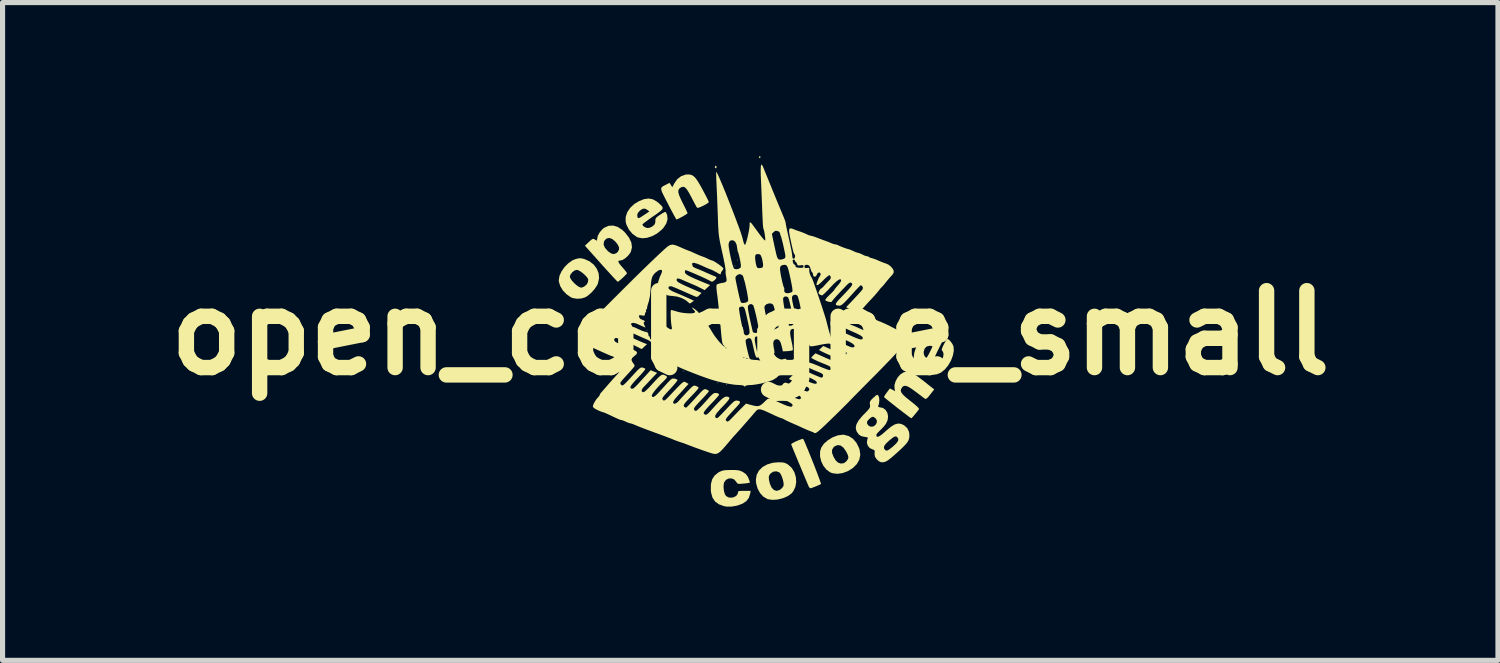
<source format=kicad_pcb>
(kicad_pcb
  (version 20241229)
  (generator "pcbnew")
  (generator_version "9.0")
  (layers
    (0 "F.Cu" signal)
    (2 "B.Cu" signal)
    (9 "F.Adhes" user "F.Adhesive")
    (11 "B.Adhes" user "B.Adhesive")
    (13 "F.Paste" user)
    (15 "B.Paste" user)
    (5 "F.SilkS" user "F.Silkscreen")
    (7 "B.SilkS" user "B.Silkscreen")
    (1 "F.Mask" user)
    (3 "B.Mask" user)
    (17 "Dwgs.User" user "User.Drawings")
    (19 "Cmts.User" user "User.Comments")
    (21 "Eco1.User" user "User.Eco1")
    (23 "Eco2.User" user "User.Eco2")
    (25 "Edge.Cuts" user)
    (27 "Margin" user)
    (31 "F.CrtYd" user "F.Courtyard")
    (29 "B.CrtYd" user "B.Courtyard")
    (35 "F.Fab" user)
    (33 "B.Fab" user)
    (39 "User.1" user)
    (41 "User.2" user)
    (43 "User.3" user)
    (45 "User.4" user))
  (footprint "open_cologne_small"
    (layer "F.Cu")
    (at 11.586 3.442)
    (property "Reference" "open_cologne_small" (at 0 0 0) (layer "F.SilkS") (effects (font (size 1.5 1.5) (thickness 0.3))))
    (attr board_only exclude_from_pos_files exclude_from_bom)
    (fp_poly (pts (xy -2.006 -0.038) (xy -2.014 -0.03) (xy -2.022 -0.038) (xy -2.014 -0.046)) (stroke (width 0) (type solid)) (fill yes) (layer "F.SilkS"))
    (fp_poly (pts (xy -1.44 0.678) (xy -1.448 0.686) (xy -1.456 0.678) (xy -1.448 0.67)) (stroke (width 0) (type solid)) (fill yes) (layer "F.SilkS"))
    (fp_poly (pts (xy -1.29 0.744) (xy -1.298 0.753) (xy -1.306 0.744) (xy -1.298 0.736)) (stroke (width 0) (type solid)) (fill yes) (layer "F.SilkS"))
    (fp_poly (pts (xy -0.94 -0.371) (xy -0.949 -0.362) (xy -0.957 -0.371) (xy -0.949 -0.379)) (stroke (width 0) (type solid)) (fill yes) (layer "F.SilkS"))
    (fp_poly (pts (xy -0.624 0.977) (xy -0.632 0.986) (xy -0.641 0.977) (xy -0.632 0.969)) (stroke (width 0) (type solid)) (fill yes) (layer "F.SilkS"))
    (fp_poly (pts (xy -0.458 1.011) (xy -0.466 1.019) (xy -0.474 1.011) (xy -0.466 1.002)) (stroke (width 0) (type solid)) (fill yes) (layer "F.SilkS"))
    (fp_poly (pts (xy -0.391 0.328) (xy -0.399 0.337) (xy -0.408 0.328) (xy -0.399 0.32)) (stroke (width 0) (type solid)) (fill yes) (layer "F.SilkS"))
    (fp_poly (pts (xy -0.291 -1.303) (xy -0.299 -1.295) (xy -0.308 -1.303) (xy -0.299 -1.311)) (stroke (width 0) (type solid)) (fill yes) (layer "F.SilkS"))
    (fp_poly (pts (xy -0.241 -1.419) (xy -0.25 -1.411) (xy -0.258 -1.419) (xy -0.25 -1.428)) (stroke (width 0) (type solid)) (fill yes) (layer "F.SilkS"))
    (fp_poly (pts (xy 0.541 -0.121) (xy 0.533 -0.113) (xy 0.524 -0.121) (xy 0.533 -0.129)) (stroke (width 0) (type solid)) (fill yes) (layer "F.SilkS"))
    (fp_poly (pts (xy -0.659 -3.245) (xy -0.657 -3.234) (xy -0.666 -3.211) (xy -0.674 -3.209) (xy -0.689 -3.222) (xy -0.691 -3.234) (xy -0.682 -3.256) (xy -0.674 -3.259)) (stroke (width 0) (type solid)) (fill yes) (layer "F.SilkS"))
    (fp_poly (pts (xy 0.201 -3.434) (xy 0.2 -3.425) (xy 0.186 -3.409) (xy 0.183 -3.408) (xy 0.17 -3.42) (xy 0.167 -3.425) (xy 0.171 -3.439) (xy 0.183 -3.442)) (stroke (width 0) (type solid)) (fill yes) (layer "F.SilkS"))
    (fp_poly (pts (xy 1.031 2.07) (xy 1.043 2.092) (xy 1.064 2.138) (xy 1.092 2.205) (xy 1.127 2.288) (xy 1.165 2.382) (xy 1.205 2.481) (xy 1.245 2.582) (xy 1.283 2.68) (xy 1.317 2.769) (xy 1.345 2.845) (xy 1.366 2.904) (xy 1.378 2.939) (xy 1.379 2.949) (xy 1.356 2.962) (xy 1.314 2.981) (xy 1.263 3.002) (xy 1.215 3.02) (xy 1.18 3.032) (xy 1.172 3.033) (xy 1.154 3.02) (xy 1.143 3.004) (xy 1.134 2.984) (xy 1.114 2.938) (xy 1.086 2.871) (xy 1.051 2.789) (xy 1.012 2.695) (xy 0.971 2.596) (xy 0.929 2.497) (xy 0.89 2.402) (xy 0.854 2.316) (xy 0.825 2.244) (xy 0.804 2.192) (xy 0.797 2.175) (xy 0.808 2.162) (xy 0.841 2.143) (xy 0.888 2.119) (xy 0.94 2.097) (xy 0.987 2.079) (xy 1.02 2.069)) (stroke (width 0) (type solid)) (fill yes) (layer "F.SilkS"))
    (fp_poly (pts (xy 1.827 1.989) (xy 1.92 2.014) (xy 2.003 2.067) (xy 2.071 2.146) (xy 2.121 2.246) (xy 2.132 2.278) (xy 2.146 2.379) (xy 2.127 2.474) (xy 2.078 2.561) (xy 2 2.639) (xy 1.903 2.699) (xy 1.8 2.737) (xy 1.698 2.751) (xy 1.604 2.739) (xy 1.56 2.723) (xy 1.485 2.669) (xy 1.425 2.593) (xy 1.382 2.503) (xy 1.36 2.407) (xy 1.362 2.313) (xy 1.371 2.283) (xy 1.595 2.283) (xy 1.595 2.343) (xy 1.624 2.419) (xy 1.666 2.489) (xy 1.71 2.531) (xy 1.759 2.549) (xy 1.78 2.55) (xy 1.828 2.542) (xy 1.869 2.511) (xy 1.88 2.499) (xy 1.905 2.463) (xy 1.914 2.43) (xy 1.906 2.391) (xy 1.88 2.335) (xy 1.867 2.311) (xy 1.817 2.24) (xy 1.762 2.199) (xy 1.705 2.19) (xy 1.648 2.213) (xy 1.623 2.235) (xy 1.595 2.283) (xy 1.371 2.283) (xy 1.384 2.24) (xy 1.436 2.164) (xy 1.513 2.096) (xy 1.604 2.04) (xy 1.703 2.002) (xy 1.798 1.988)) (stroke (width 0) (type solid)) (fill yes) (layer "F.SilkS"))
    (fp_poly (pts (xy 0.611 2.527) (xy 0.659 2.534) (xy 0.698 2.548) (xy 0.739 2.572) (xy 0.81 2.637) (xy 0.86 2.72) (xy 0.889 2.814) (xy 0.896 2.912) (xy 0.879 3.007) (xy 0.839 3.091) (xy 0.803 3.135) (xy 0.73 3.187) (xy 0.637 3.227) (xy 0.535 3.252) (xy 0.435 3.259) (xy 0.348 3.247) (xy 0.333 3.242) (xy 0.255 3.197) (xy 0.19 3.126) (xy 0.142 3.037) (xy 0.114 2.936) (xy 0.109 2.868) (xy 0.117 2.818) (xy 0.36 2.818) (xy 0.365 2.873) (xy 0.383 2.946) (xy 0.416 3.02) (xy 0.46 3.066) (xy 0.512 3.083) (xy 0.568 3.068) (xy 0.596 3.049) (xy 0.63 3.016) (xy 0.649 2.983) (xy 0.651 2.943) (xy 0.641 2.886) (xy 0.622 2.823) (xy 0.599 2.768) (xy 0.575 2.73) (xy 0.568 2.724) (xy 0.51 2.702) (xy 0.449 2.709) (xy 0.399 2.741) (xy 0.371 2.777) (xy 0.36 2.818) (xy 0.117 2.818) (xy 0.125 2.771) (xy 0.169 2.687) (xy 0.239 2.618) (xy 0.331 2.567) (xy 0.441 2.535) (xy 0.542 2.526)) (stroke (width 0) (type solid)) (fill yes) (layer "F.SilkS"))
    (fp_poly (pts (xy -3.259 -1.445) (xy -3.239 -1.44) (xy -3.137 -1.395) (xy -3.054 -1.33) (xy -2.994 -1.25) (xy -2.958 -1.159) (xy -2.95 -1.063) (xy -2.971 -0.965) (xy -2.986 -0.931) (xy -3.034 -0.857) (xy -3.099 -0.784) (xy -3.169 -0.724) (xy -3.223 -0.691) (xy -3.298 -0.669) (xy -3.383 -0.664) (xy -3.463 -0.678) (xy -3.499 -0.692) (xy -3.585 -0.752) (xy -3.657 -0.827) (xy -3.708 -0.912) (xy -3.734 -0.998) (xy -3.736 -1.028) (xy -3.725 -1.094) (xy -3.52 -1.094) (xy -3.508 -1.06) (xy -3.477 -1.015) (xy -3.433 -0.967) (xy -3.385 -0.925) (xy -3.362 -0.909) (xy -3.321 -0.886) (xy -3.293 -0.881) (xy -3.26 -0.892) (xy -3.239 -0.903) (xy -3.195 -0.938) (xy -3.168 -0.986) (xy -3.161 -1.034) (xy -3.168 -1.057) (xy -3.201 -1.102) (xy -3.249 -1.149) (xy -3.302 -1.19) (xy -3.352 -1.219) (xy -3.385 -1.228) (xy -3.431 -1.214) (xy -3.475 -1.179) (xy -3.509 -1.134) (xy -3.52 -1.094) (xy -3.725 -1.094) (xy -3.722 -1.112) (xy -3.682 -1.199) (xy -3.623 -1.283) (xy -3.549 -1.357) (xy -3.469 -1.413) (xy -3.409 -1.438) (xy -3.351 -1.452) (xy -3.307 -1.454)) (stroke (width 0) (type solid)) (fill yes) (layer "F.SilkS"))
    (fp_poly (pts (xy 3.106 0.764) (xy 3.155 0.784) (xy 3.214 0.819) (xy 3.289 0.87) (xy 3.381 0.94) (xy 3.475 1.015) (xy 3.588 1.104) (xy 3.511 1.203) (xy 3.468 1.256) (xy 3.434 1.286) (xy 3.415 1.291) (xy 3.395 1.277) (xy 3.354 1.247) (xy 3.299 1.205) (xy 3.235 1.156) (xy 3.234 1.156) (xy 3.149 1.094) (xy 3.085 1.054) (xy 3.036 1.035) (xy 2.999 1.035) (xy 2.971 1.053) (xy 2.963 1.063) (xy 2.941 1.098) (xy 2.935 1.131) (xy 2.947 1.166) (xy 2.979 1.207) (xy 3.034 1.258) (xy 3.113 1.322) (xy 3.132 1.337) (xy 3.211 1.4) (xy 3.263 1.446) (xy 3.289 1.477) (xy 3.291 1.491) (xy 3.248 1.547) (xy 3.205 1.599) (xy 3.17 1.64) (xy 3.146 1.664) (xy 3.14 1.667) (xy 3.124 1.657) (xy 3.086 1.63) (xy 3.031 1.588) (xy 2.961 1.535) (xy 2.882 1.474) (xy 2.871 1.466) (xy 2.792 1.403) (xy 2.722 1.348) (xy 2.665 1.302) (xy 2.626 1.27) (xy 2.609 1.254) (xy 2.609 1.253) (xy 2.616 1.235) (xy 2.638 1.199) (xy 2.664 1.163) (xy 2.723 1.086) (xy 2.775 1.112) (xy 2.826 1.139) (xy 2.815 1.095) (xy 2.812 1.024) (xy 2.834 0.946) (xy 2.874 0.872) (xy 2.928 0.811) (xy 2.984 0.775) (xy 3.024 0.761) (xy 3.063 0.757)) (stroke (width 0) (type solid)) (fill yes) (layer "F.SilkS"))
    (fp_poly (pts (xy -0.296 2.677) (xy -0.241 2.681) (xy -0.199 2.69) (xy -0.16 2.707) (xy -0.142 2.717) (xy -0.086 2.756) (xy -0.049 2.807) (xy -0.035 2.837) (xy -0.018 2.883) (xy -0.009 2.915) (xy -0.009 2.923) (xy -0.028 2.928) (xy -0.071 2.935) (xy -0.129 2.941) (xy -0.133 2.941) (xy -0.194 2.947) (xy -0.231 2.946) (xy -0.252 2.938) (xy -0.267 2.92) (xy -0.277 2.903) (xy -0.317 2.859) (xy -0.369 2.84) (xy -0.425 2.843) (xy -0.474 2.869) (xy -0.508 2.914) (xy -0.517 2.942) (xy -0.522 3.011) (xy -0.514 3.083) (xy -0.497 3.145) (xy -0.473 3.184) (xy -0.427 3.211) (xy -0.372 3.217) (xy -0.318 3.206) (xy -0.272 3.179) (xy -0.245 3.14) (xy -0.241 3.116) (xy -0.238 3.099) (xy -0.225 3.089) (xy -0.194 3.085) (xy -0.139 3.083) (xy -0.117 3.083) (xy 0.008 3.083) (xy -0.002 3.137) (xy -0.028 3.219) (xy -0.075 3.281) (xy -0.148 3.331) (xy -0.158 3.336) (xy -0.255 3.371) (xy -0.361 3.39) (xy -0.463 3.39) (xy -0.512 3.382) (xy -0.613 3.345) (xy -0.688 3.29) (xy -0.738 3.214) (xy -0.765 3.115) (xy -0.77 3.069) (xy -0.768 2.952) (xy -0.744 2.858) (xy -0.695 2.783) (xy -0.621 2.724) (xy -0.602 2.713) (xy -0.56 2.695) (xy -0.516 2.683) (xy -0.457 2.678) (xy -0.375 2.676) (xy -0.374 2.676)) (stroke (width 0) (type solid)) (fill yes) (layer "F.SilkS"))
    (fp_poly (pts (xy -2.586 -2.066) (xy -2.497 -2.007) (xy -2.44 -1.952) (xy -2.365 -1.854) (xy -2.32 -1.76) (xy -2.308 -1.67) (xy -2.328 -1.586) (xy -2.343 -1.557) (xy -2.386 -1.501) (xy -2.439 -1.454) (xy -2.492 -1.421) (xy -2.532 -1.411) (xy -2.564 -1.407) (xy -2.575 -1.391) (xy -2.563 -1.362) (xy -2.528 -1.316) (xy -2.496 -1.279) (xy -2.454 -1.23) (xy -2.422 -1.19) (xy -2.406 -1.166) (xy -2.405 -1.162) (xy -2.417 -1.145) (xy -2.446 -1.114) (xy -2.485 -1.076) (xy -2.526 -1.039) (xy -2.562 -1.01) (xy -2.584 -0.995) (xy -2.586 -0.995) (xy -2.599 -1.007) (xy -2.632 -1.041) (xy -2.681 -1.093) (xy -2.743 -1.161) (xy -2.816 -1.241) (xy -2.896 -1.33) (xy -2.911 -1.347) (xy -3.226 -1.699) (xy -3.204 -1.72) (xy -2.861 -1.72) (xy -2.836 -1.659) (xy -2.778 -1.593) (xy -2.777 -1.592) (xy -2.716 -1.548) (xy -2.662 -1.535) (xy -2.612 -1.554) (xy -2.584 -1.581) (xy -2.56 -1.625) (xy -2.562 -1.673) (xy -2.592 -1.73) (xy -2.636 -1.783) (xy -2.694 -1.831) (xy -2.751 -1.85) (xy -2.802 -1.84) (xy -2.842 -1.801) (xy -2.855 -1.777) (xy -2.861 -1.72) (xy -3.204 -1.72) (xy -3.149 -1.772) (xy -3.106 -1.811) (xy -3.079 -1.83) (xy -3.059 -1.833) (xy -3.037 -1.823) (xy -3.03 -1.818) (xy -3 -1.8) (xy -2.989 -1.804) (xy -2.988 -1.828) (xy -2.974 -1.893) (xy -2.937 -1.961) (xy -2.885 -2.021) (xy -2.852 -2.048) (xy -2.765 -2.087) (xy -2.676 -2.092)) (stroke (width 0) (type solid)) (fill yes) (layer "F.SilkS"))
    (fp_poly (pts (xy -1.147 -3.079) (xy -1.105 -3.055) (xy -1.064 -3.013) (xy -1.02 -2.95) (xy -0.968 -2.862) (xy -0.93 -2.792) (xy -0.888 -2.713) (xy -0.852 -2.644) (xy -0.826 -2.591) (xy -0.811 -2.558) (xy -0.808 -2.551) (xy -0.822 -2.535) (xy -0.858 -2.511) (xy -0.909 -2.483) (xy -0.918 -2.479) (xy -0.978 -2.451) (xy -1.015 -2.438) (xy -1.036 -2.44) (xy -1.043 -2.446) (xy -1.056 -2.469) (xy -1.081 -2.515) (xy -1.114 -2.577) (xy -1.151 -2.648) (xy -1.199 -2.737) (xy -1.238 -2.798) (xy -1.271 -2.834) (xy -1.302 -2.848) (xy -1.334 -2.844) (xy -1.348 -2.838) (xy -1.383 -2.815) (xy -1.401 -2.785) (xy -1.404 -2.744) (xy -1.39 -2.689) (xy -1.358 -2.614) (xy -1.315 -2.525) (xy -1.279 -2.454) (xy -1.25 -2.395) (xy -1.231 -2.352) (xy -1.223 -2.332) (xy -1.223 -2.332) (xy -1.237 -2.32) (xy -1.271 -2.297) (xy -1.317 -2.27) (xy -1.366 -2.244) (xy -1.409 -2.222) (xy -1.436 -2.211) (xy -1.44 -2.21) (xy -1.45 -2.224) (xy -1.472 -2.264) (xy -1.505 -2.324) (xy -1.546 -2.4) (xy -1.592 -2.489) (xy -1.604 -2.512) (xy -1.658 -2.616) (xy -1.698 -2.695) (xy -1.725 -2.752) (xy -1.737 -2.793) (xy -1.737 -2.822) (xy -1.725 -2.843) (xy -1.7 -2.861) (xy -1.663 -2.88) (xy -1.637 -2.893) (xy -1.576 -2.925) (xy -1.548 -2.882) (xy -1.521 -2.84) (xy -1.484 -2.911) (xy -1.426 -2.995) (xy -1.351 -3.054) (xy -1.265 -3.085) (xy -1.245 -3.088) (xy -1.192 -3.089)) (stroke (width 0) (type solid)) (fill yes) (layer "F.SilkS"))
    (fp_poly (pts (xy -1.9 -2.604) (xy -1.82 -2.558) (xy -1.786 -2.53) (xy -1.744 -2.491) (xy -1.718 -2.462) (xy -1.708 -2.436) (xy -1.717 -2.409) (xy -1.748 -2.378) (xy -1.801 -2.337) (xy -1.879 -2.282) (xy -1.898 -2.27) (xy -1.97 -2.219) (xy -2.031 -2.174) (xy -2.077 -2.139) (xy -2.102 -2.117) (xy -2.105 -2.112) (xy -2.091 -2.085) (xy -2.056 -2.06) (xy -2.013 -2.045) (xy -1.996 -2.044) (xy -1.95 -2.054) (xy -1.902 -2.08) (xy -1.899 -2.083) (xy -1.864 -2.119) (xy -1.852 -2.161) (xy -1.852 -2.18) (xy -1.851 -2.214) (xy -1.84 -2.24) (xy -1.812 -2.266) (xy -1.764 -2.3) (xy -1.715 -2.331) (xy -1.676 -2.352) (xy -1.657 -2.36) (xy -1.643 -2.345) (xy -1.626 -2.309) (xy -1.621 -2.294) (xy -1.614 -2.214) (xy -1.639 -2.131) (xy -1.694 -2.047) (xy -1.727 -2.012) (xy -1.816 -1.939) (xy -1.914 -1.885) (xy -2.013 -1.853) (xy -2.108 -1.844) (xy -2.192 -1.86) (xy -2.214 -1.87) (xy -2.299 -1.931) (xy -2.369 -2.015) (xy -2.417 -2.112) (xy -2.431 -2.165) (xy -2.431 -2.257) (xy -2.419 -2.295) (xy -2.205 -2.295) (xy -2.2 -2.25) (xy -2.182 -2.236) (xy -2.148 -2.249) (xy -2.14 -2.254) (xy -2.098 -2.281) (xy -2.047 -2.315) (xy -2.033 -2.324) (xy -1.969 -2.367) (xy -2.006 -2.396) (xy -2.052 -2.422) (xy -2.098 -2.419) (xy -2.15 -2.387) (xy -2.154 -2.383) (xy -2.196 -2.334) (xy -2.205 -2.295) (xy -2.419 -2.295) (xy -2.402 -2.349) (xy -2.345 -2.435) (xy -2.264 -2.512) (xy -2.177 -2.565) (xy -2.074 -2.607) (xy -1.983 -2.62)) (stroke (width 0) (type solid)) (fill yes) (layer "F.SilkS"))
    (fp_poly (pts (xy 3.688 0.042) (xy 3.717 0.053) (xy 3.788 0.086) (xy 3.671 0.319) (xy 3.63 0.404) (xy 3.598 0.475) (xy 3.577 0.528) (xy 3.57 0.557) (xy 3.571 0.562) (xy 3.621 0.575) (xy 3.678 0.566) (xy 3.726 0.536) (xy 3.731 0.53) (xy 3.759 0.481) (xy 3.77 0.427) (xy 3.763 0.378) (xy 3.746 0.354) (xy 3.735 0.339) (xy 3.736 0.317) (xy 3.75 0.28) (xy 3.775 0.227) (xy 3.803 0.175) (xy 3.829 0.136) (xy 3.846 0.12) (xy 3.847 0.12) (xy 3.873 0.133) (xy 3.905 0.166) (xy 3.937 0.209) (xy 3.959 0.251) (xy 3.964 0.264) (xy 3.97 0.349) (xy 3.952 0.444) (xy 3.915 0.542) (xy 3.861 0.635) (xy 3.796 0.714) (xy 3.724 0.773) (xy 3.695 0.788) (xy 3.634 0.811) (xy 3.578 0.817) (xy 3.514 0.805) (xy 3.46 0.789) (xy 3.357 0.74) (xy 3.275 0.675) (xy 3.219 0.597) (xy 3.191 0.511) (xy 3.188 0.477) (xy 3.199 0.39) (xy 3.2 0.387) (xy 3.382 0.387) (xy 3.39 0.431) (xy 3.409 0.468) (xy 3.433 0.486) (xy 3.436 0.486) (xy 3.449 0.473) (xy 3.471 0.436) (xy 3.498 0.385) (xy 3.501 0.38) (xy 3.527 0.326) (xy 3.546 0.285) (xy 3.554 0.264) (xy 3.554 0.263) (xy 3.539 0.257) (xy 3.503 0.254) (xy 3.496 0.253) (xy 3.44 0.268) (xy 3.401 0.309) (xy 3.383 0.369) (xy 3.382 0.387) (xy 3.2 0.387) (xy 3.229 0.297) (xy 3.275 0.207) (xy 3.331 0.128) (xy 3.392 0.069) (xy 3.426 0.048) (xy 3.506 0.026) (xy 3.598 0.024)) (stroke (width 0) (type solid)) (fill yes) (layer "F.SilkS"))
    (fp_poly (pts (xy 2.498 1.226) (xy 2.5 1.229) (xy 2.514 1.268) (xy 2.517 1.325) (xy 2.51 1.385) (xy 2.498 1.423) (xy 2.495 1.446) (xy 2.519 1.452) (xy 2.519 1.452) (xy 2.587 1.466) (xy 2.64 1.505) (xy 2.674 1.561) (xy 2.688 1.63) (xy 2.679 1.704) (xy 2.645 1.777) (xy 2.644 1.778) (xy 2.605 1.828) (xy 2.555 1.881) (xy 2.528 1.907) (xy 2.478 1.957) (xy 2.457 1.993) (xy 2.464 2.02) (xy 2.473 2.027) (xy 2.493 2.028) (xy 2.526 2.012) (xy 2.574 1.977) (xy 2.641 1.919) (xy 2.656 1.905) (xy 2.742 1.834) (xy 2.814 1.789) (xy 2.879 1.77) (xy 2.939 1.776) (xy 2.999 1.803) (xy 3.062 1.86) (xy 3.097 1.934) (xy 3.104 2.001) (xy 3.101 2.048) (xy 3.089 2.091) (xy 3.065 2.135) (xy 3.024 2.184) (xy 2.965 2.244) (xy 2.89 2.314) (xy 2.803 2.392) (xy 2.735 2.449) (xy 2.683 2.489) (xy 2.64 2.513) (xy 2.604 2.524) (xy 2.569 2.526) (xy 2.543 2.522) (xy 2.509 2.505) (xy 2.471 2.472) (xy 2.463 2.463) (xy 2.432 2.416) (xy 2.424 2.368) (xy 2.425 2.348) (xy 2.427 2.306) (xy 2.416 2.286) (xy 2.387 2.275) (xy 2.385 2.275) (xy 2.33 2.248) (xy 2.606 2.248) (xy 2.625 2.28) (xy 2.625 2.281) (xy 2.646 2.296) (xy 2.67 2.297) (xy 2.703 2.281) (xy 2.75 2.245) (xy 2.787 2.215) (xy 2.848 2.157) (xy 2.882 2.11) (xy 2.888 2.071) (xy 2.868 2.038) (xy 2.847 2.023) (xy 2.823 2.022) (xy 2.79 2.038) (xy 2.743 2.075) (xy 2.706 2.105) (xy 2.645 2.163) (xy 2.612 2.21) (xy 2.606 2.248) (xy 2.33 2.248) (xy 2.33 2.248) (xy 2.291 2.2) (xy 2.274 2.141) (xy 2.283 2.08) (xy 2.288 2.069) (xy 2.294 2.05) (xy 2.282 2.039) (xy 2.246 2.032) (xy 2.226 2.03) (xy 2.163 2.015) (xy 2.118 1.985) (xy 2.111 1.977) (xy 2.07 1.915) (xy 2.057 1.852) (xy 2.071 1.785) (xy 2.085 1.76) (xy 2.275 1.76) (xy 2.296 1.8) (xy 2.3 1.804) (xy 2.343 1.831) (xy 2.394 1.829) (xy 2.439 1.801) (xy 2.467 1.755) (xy 2.468 1.706) (xy 2.441 1.665) (xy 2.435 1.661) (xy 2.404 1.641) (xy 2.38 1.639) (xy 2.352 1.655) (xy 2.323 1.678) (xy 2.284 1.721) (xy 2.275 1.76) (xy 2.085 1.76) (xy 2.113 1.709) (xy 2.184 1.624) (xy 2.217 1.59) (xy 2.273 1.533) (xy 2.308 1.494) (xy 2.328 1.465) (xy 2.336 1.44) (xy 2.336 1.413) (xy 2.334 1.4) (xy 2.331 1.363) (xy 2.339 1.334) (xy 2.362 1.304) (xy 2.401 1.267) (xy 2.443 1.229) (xy 2.468 1.212) (xy 2.484 1.212)) (stroke (width 0) (type solid)) (fill yes) (layer "F.SilkS"))
    (fp_poly (pts (xy 0.239 -3.259) (xy 0.25 -3.234) (xy 0.268 -3.19) (xy 0.294 -3.125) (xy 0.325 -3.05) (xy 0.345 -3.001) (xy 0.383 -2.908) (xy 0.425 -2.805) (xy 0.464 -2.708) (xy 0.478 -2.676) (xy 0.523 -2.566) (xy 0.559 -2.479) (xy 0.589 -2.407) (xy 0.616 -2.342) (xy 0.644 -2.275) (xy 0.648 -2.266) (xy 0.67 -2.21) (xy 0.686 -2.164) (xy 0.691 -2.139) (xy 0.694 -2.115) (xy 0.704 -2.064) (xy 0.719 -1.993) (xy 0.738 -1.908) (xy 0.751 -1.85) (xy 0.775 -1.742) (xy 0.792 -1.66) (xy 0.805 -1.597) (xy 0.813 -1.545) (xy 0.819 -1.498) (xy 0.822 -1.465) (xy 0.837 -1.447) (xy 0.849 -1.444) (xy 0.866 -1.458) (xy 0.874 -1.488) (xy 0.871 -1.52) (xy 0.86 -1.534) (xy 0.853 -1.544) (xy 0.844 -1.566) (xy 0.833 -1.605) (xy 0.819 -1.664) (xy 0.8 -1.749) (xy 0.776 -1.862) (xy 0.775 -1.864) (xy 0.76 -1.947) (xy 0.756 -2.002) (xy 0.766 -2.031) (xy 0.791 -2.038) (xy 0.831 -2.027) (xy 0.844 -2.021) (xy 0.894 -2.001) (xy 0.939 -1.985) (xy 0.941 -1.985) (xy 0.994 -1.967) (xy 1.059 -1.941) (xy 1.118 -1.914) (xy 1.128 -1.909) (xy 1.164 -1.896) (xy 1.18 -1.894) (xy 1.207 -1.888) (xy 1.253 -1.873) (xy 1.284 -1.862) (xy 1.347 -1.838) (xy 1.42 -1.81) (xy 1.465 -1.794) (xy 1.522 -1.773) (xy 1.57 -1.753) (xy 1.594 -1.743) (xy 1.631 -1.729) (xy 1.648 -1.727) (xy 1.684 -1.72) (xy 1.702 -1.713) (xy 1.763 -1.685) (xy 1.829 -1.659) (xy 1.888 -1.639) (xy 1.911 -1.633) (xy 1.944 -1.623) (xy 1.991 -1.603) (xy 2.01 -1.594) (xy 2.056 -1.574) (xy 2.092 -1.562) (xy 2.101 -1.561) (xy 2.128 -1.553) (xy 2.17 -1.535) (xy 2.185 -1.528) (xy 2.23 -1.506) (xy 2.268 -1.495) (xy 2.275 -1.494) (xy 2.305 -1.487) (xy 2.312 -1.48) (xy 2.334 -1.467) (xy 2.373 -1.455) (xy 2.374 -1.455) (xy 2.42 -1.441) (xy 2.479 -1.418) (xy 2.512 -1.403) (xy 2.569 -1.379) (xy 2.62 -1.36) (xy 2.643 -1.353) (xy 2.695 -1.33) (xy 2.746 -1.289) (xy 2.785 -1.24) (xy 2.797 -1.21) (xy 2.797 -1.173) (xy 2.775 -1.136) (xy 2.759 -1.119) (xy 2.722 -1.078) (xy 2.677 -1.025) (xy 2.646 -0.987) (xy 2.609 -0.94) (xy 2.577 -0.904) (xy 2.56 -0.887) (xy 2.537 -0.863) (xy 2.507 -0.825) (xy 2.499 -0.815) (xy 2.469 -0.778) (xy 2.424 -0.726) (xy 2.372 -0.669) (xy 2.353 -0.649) (xy 2.277 -0.567) (xy 2.221 -0.505) (xy 2.183 -0.461) (xy 2.16 -0.43) (xy 2.151 -0.409) (xy 2.152 -0.394) (xy 2.156 -0.387) (xy 2.184 -0.367) (xy 2.228 -0.347) (xy 2.236 -0.344) (xy 2.289 -0.325) (xy 2.336 -0.305) (xy 2.339 -0.303) (xy 2.413 -0.268) (xy 2.514 -0.225) (xy 2.568 -0.204) (xy 2.622 -0.18) (xy 2.689 -0.149) (xy 2.743 -0.121) (xy 2.804 -0.09) (xy 2.86 -0.06) (xy 2.896 -0.042) (xy 2.946 -0.016) (xy 3.002 0.011) (xy 3.008 0.014) (xy 3.062 0.054) (xy 3.086 0.108) (xy 3.088 0.123) (xy 3.077 0.14) (xy 3.049 0.173) (xy 3.009 0.215) (xy 3.009 0.216) (xy 2.956 0.272) (xy 2.903 0.332) (xy 2.871 0.37) (xy 2.846 0.4) (xy 2.8 0.449) (xy 2.737 0.516) (xy 2.66 0.595) (xy 2.573 0.685) (xy 2.479 0.781) (xy 2.419 0.842) (xy 2.322 0.939) (xy 2.23 1.032) (xy 2.147 1.116) (xy 2.075 1.189) (xy 2.019 1.246) (xy 1.98 1.286) (xy 1.966 1.3) (xy 1.921 1.347) (xy 1.867 1.402) (xy 1.797 1.471) (xy 1.765 1.503) (xy 1.644 1.622) (xy 1.544 1.719) (xy 1.463 1.797) (xy 1.399 1.857) (xy 1.35 1.901) (xy 1.314 1.931) (xy 1.287 1.949) (xy 1.269 1.957) (xy 1.256 1.956) (xy 1.25 1.953) (xy 1.221 1.937) (xy 1.191 1.926) (xy 1.155 1.913) (xy 1.101 1.89) (xy 1.039 1.863) (xy 1.032 1.86) (xy 0.955 1.824) (xy 0.867 1.785) (xy 0.791 1.752) (xy 0.731 1.725) (xy 0.682 1.701) (xy 0.653 1.685) (xy 0.65 1.683) (xy 0.621 1.669) (xy 0.614 1.668) (xy 0.592 1.661) (xy 0.546 1.643) (xy 0.484 1.616) (xy 0.417 1.584) (xy 0.323 1.541) (xy 0.254 1.511) (xy 0.204 1.495) (xy 0.168 1.492) (xy 0.141 1.5) (xy 0.117 1.519) (xy 0.101 1.538) (xy 0.061 1.584) (xy 0.011 1.643) (xy -0.047 1.71) (xy -0.109 1.78) (xy -0.168 1.848) (xy -0.222 1.909) (xy -0.267 1.958) (xy -0.296 1.991) (xy -0.307 2.001) (xy -0.321 2.017) (xy -0.351 2.052) (xy -0.392 2.099) (xy -0.407 2.118) (xy -0.483 2.207) (xy -0.542 2.274) (xy -0.589 2.32) (xy -0.627 2.348) (xy -0.663 2.362) (xy -0.699 2.363) (xy -0.741 2.354) (xy -0.79 2.339) (xy -0.848 2.32) (xy -0.925 2.293) (xy -1.012 2.262) (xy -1.1 2.23) (xy -1.18 2.2) (xy -1.243 2.176) (xy -1.265 2.167) (xy -1.302 2.153) (xy -1.353 2.137) (xy -1.365 2.133) (xy -1.426 2.112) (xy -1.49 2.088) (xy -1.498 2.084) (xy -1.534 2.069) (xy -1.596 2.045) (xy -1.676 2.015) (xy -1.77 1.98) (xy -1.87 1.944) (xy -1.872 1.943) (xy -1.972 1.906) (xy -2.066 1.871) (xy -2.146 1.84) (xy -2.208 1.815) (xy -2.245 1.799) (xy -2.246 1.799) (xy -2.291 1.78) (xy -2.327 1.769) (xy -2.334 1.768) (xy -2.362 1.761) (xy -2.406 1.744) (xy -2.426 1.735) (xy -2.473 1.714) (xy -2.511 1.702) (xy -2.52 1.701) (xy -2.546 1.694) (xy -2.593 1.674) (xy -2.654 1.646) (xy -2.696 1.626) (xy -2.761 1.595) (xy -2.816 1.57) (xy -2.853 1.555) (xy -2.864 1.552) (xy -2.889 1.545) (xy -2.933 1.528) (xy -2.977 1.509) (xy -3.035 1.478) (xy -3.065 1.452) (xy -3.071 1.434) (xy -3.061 1.397) (xy -3.036 1.348) (xy -3.004 1.298) (xy -2.97 1.259) (xy -2.965 1.254) (xy -2.943 1.228) (xy -2.938 1.214) (xy -2.927 1.189) (xy -2.913 1.17) (xy -2.885 1.139) (xy -2.851 1.1) (xy -2.851 1.1) (xy -2.712 0.94) (xy -2.577 0.791) (xy -2.516 0.726) (xy -2.467 0.674) (xy -2.429 0.631) (xy -2.407 0.603) (xy -2.402 0.595) (xy -2.417 0.584) (xy -2.453 0.564) (xy -2.504 0.539) (xy -2.561 0.512) (xy -2.616 0.488) (xy -2.66 0.47) (xy -2.68 0.463) (xy -2.705 0.454) (xy -2.745 0.438) (xy -2.803 0.413) (xy -2.886 0.376) (xy -2.888 0.375) (xy -2.988 0.33) (xy -3.061 0.296) (xy -3.112 0.271) (xy -3.145 0.255) (xy -3.163 0.243) (xy -3.17 0.236) (xy -3.171 0.232) (xy -3.181 0.226) (xy -3.189 0.23) (xy -3.213 0.229) (xy -3.22 0.221) (xy -3.244 0.205) (xy -3.273 0.197) (xy -3.323 0.185) (xy -3.348 0.158) (xy -3.351 0.14) (xy -2.655 0.14) (xy -2.639 0.171) (xy -2.592 0.198) (xy -2.539 0.22) (xy -2.475 0.248) (xy -2.447 0.261) (xy -2.38 0.29) (xy -2.309 0.32) (xy -2.284 0.33) (xy -2.23 0.358) (xy -2.208 0.386) (xy -2.219 0.417) (xy -2.262 0.454) (xy -2.263 0.455) (xy -2.306 0.492) (xy -2.319 0.526) (xy -2.302 0.567) (xy -2.288 0.586) (xy -2.265 0.62) (xy -2.256 0.645) (xy -2.256 0.645) (xy -2.266 0.663) (xy -2.296 0.699) (xy -2.339 0.749) (xy -2.393 0.808) (xy -2.396 0.811) (xy -2.45 0.87) (xy -2.495 0.921) (xy -2.525 0.959) (xy -2.537 0.979) (xy -2.537 0.98) (xy -2.527 1.005) (xy -2.514 1.019) (xy -2.503 1.026) (xy -2.492 1.026) (xy -2.475 1.018) (xy -2.451 0.998) (xy -2.416 0.964) (xy -2.367 0.912) (xy -2.301 0.84) (xy -2.253 0.788) (xy -2.201 0.732) (xy -2.164 0.698) (xy -2.138 0.68) (xy -2.115 0.676) (xy -2.099 0.679) (xy -2.064 0.691) (xy -2.047 0.703) (xy -2.054 0.72) (xy -2.081 0.754) (xy -2.121 0.8) (xy -2.148 0.83) (xy -2.226 0.912) (xy -2.281 0.973) (xy -2.317 1.018) (xy -2.336 1.049) (xy -2.339 1.07) (xy -2.328 1.084) (xy -2.312 1.092) (xy -2.286 1.088) (xy -2.247 1.057) (xy -2.199 1.009) (xy -2.141 0.945) (xy -2.077 0.875) (xy -2.029 0.823) (xy -1.944 0.73) (xy -1.881 0.756) (xy -1.817 0.781) (xy -1.941 0.911) (xy -1.994 0.968) (xy -2.042 1.019) (xy -2.078 1.057) (xy -2.093 1.072) (xy -2.118 1.111) (xy -2.116 1.143) (xy -2.095 1.159) (xy -2.072 1.155) (xy -2.035 1.127) (xy -1.981 1.074) (xy -1.966 1.058) (xy -1.888 0.972) (xy -1.828 0.909) (xy -1.784 0.864) (xy -1.751 0.836) (xy -1.727 0.821) (xy -1.707 0.816) (xy -1.688 0.819) (xy -1.674 0.824) (xy -1.639 0.842) (xy -1.623 0.86) (xy -1.623 0.861) (xy -1.634 0.882) (xy -1.663 0.916) (xy -1.698 0.951) (xy -1.761 1.014) (xy -1.819 1.077) (xy -1.868 1.136) (xy -1.904 1.185) (xy -1.921 1.218) (xy -1.922 1.223) (xy -1.913 1.251) (xy -1.888 1.252) (xy -1.849 1.227) (xy -1.823 1.203) (xy -1.786 1.164) (xy -1.735 1.109) (xy -1.678 1.047) (xy -1.648 1.013) (xy -1.594 0.955) (xy -1.557 0.918) (xy -1.53 0.898) (xy -1.507 0.891) (xy -1.483 0.893) (xy -1.482 0.893) (xy -1.442 0.905) (xy -1.419 0.917) (xy -1.425 0.933) (xy -1.45 0.968) (xy -1.491 1.017) (xy -1.543 1.075) (xy -1.552 1.085) (xy -1.62 1.158) (xy -1.668 1.211) (xy -1.698 1.248) (xy -1.714 1.273) (xy -1.716 1.291) (xy -1.709 1.305) (xy -1.702 1.313) (xy -1.688 1.322) (xy -1.67 1.318) (xy -1.642 1.297) (xy -1.601 1.256) (xy -1.58 1.234) (xy -1.493 1.142) (xy -1.426 1.072) (xy -1.376 1.021) (xy -1.34 0.986) (xy -1.313 0.966) (xy -1.295 0.956) (xy -1.28 0.956) (xy -1.265 0.962) (xy -1.248 0.972) (xy -1.243 0.975) (xy -1.204 0.997) (xy -1.293 1.094) (xy -1.346 1.153) (xy -1.4 1.212) (xy -1.443 1.259) (xy -1.444 1.26) (xy -1.478 1.302) (xy -1.501 1.34) (xy -1.506 1.356) (xy -1.496 1.381) (xy -1.469 1.383) (xy -1.433 1.365) (xy -1.397 1.331) (xy -1.367 1.296) (xy -1.32 1.245) (xy -1.265 1.186) (xy -1.231 1.149) (xy -1.176 1.092) (xy -1.139 1.056) (xy -1.112 1.036) (xy -1.091 1.03) (xy -1.07 1.034) (xy -1.058 1.038) (xy -1.023 1.055) (xy -1.007 1.072) (xy -1.007 1.073) (xy -1.018 1.091) (xy -1.048 1.127) (xy -1.091 1.175) (xy -1.133 1.219) (xy -1.203 1.292) (xy -1.252 1.345) (xy -1.282 1.382) (xy -1.297 1.409) (xy -1.298 1.428) (xy -1.29 1.443) (xy -1.29 1.443) (xy -1.264 1.459) (xy -1.251 1.459) (xy -1.233 1.445) (xy -1.198 1.41) (xy -1.15 1.359) (xy -1.093 1.298) (xy -1.068 1.27) (xy -1.004 1.2) (xy -0.958 1.151) (xy -0.925 1.12) (xy -0.902 1.104) (xy -0.883 1.099) (xy -0.865 1.102) (xy -0.856 1.105) (xy -0.822 1.122) (xy -0.807 1.137) (xy -0.807 1.137) (xy -0.818 1.155) (xy -0.847 1.19) (xy -0.891 1.239) (xy -0.933 1.284) (xy -1.003 1.357) (xy -1.051 1.41) (xy -1.082 1.448) (xy -1.097 1.474) (xy -1.099 1.493) (xy -1.091 1.508) (xy -1.085 1.514) (xy -1.07 1.524) (xy -1.052 1.521) (xy -1.026 1.501) (xy -0.984 1.461) (xy -0.974 1.451) (xy -0.916 1.39) (xy -0.855 1.323) (xy -0.813 1.275) (xy -0.77 1.229) (xy -0.732 1.194) (xy -0.706 1.177) (xy -0.667 1.173) (xy -0.63 1.182) (xy -0.609 1.199) (xy -0.607 1.205) (xy -0.618 1.224) (xy -0.648 1.26) (xy -0.69 1.307) (xy -0.715 1.333) (xy -0.791 1.412) (xy -0.846 1.472) (xy -0.882 1.515) (xy -0.902 1.545) (xy -0.909 1.565) (xy -0.905 1.579) (xy -0.904 1.58) (xy -0.88 1.598) (xy -0.853 1.595) (xy -0.817 1.568) (xy -0.774 1.523) (xy -0.688 1.427) (xy -0.62 1.355) (xy -0.567 1.303) (xy -0.525 1.269) (xy -0.492 1.25) (xy -0.465 1.244) (xy -0.443 1.247) (xy -0.42 1.255) (xy -0.408 1.266) (xy -0.409 1.284) (xy -0.426 1.312) (xy -0.46 1.354) (xy -0.513 1.412) (xy -0.588 1.49) (xy -0.594 1.497) (xy -0.652 1.563) (xy -0.682 1.612) (xy -0.685 1.645) (xy -0.662 1.664) (xy -0.653 1.666) (xy -0.642 1.662) (xy -0.625 1.65) (xy -0.6 1.627) (xy -0.563 1.589) (xy -0.51 1.534) (xy -0.438 1.458) (xy -0.427 1.446) (xy -0.371 1.388) (xy -0.331 1.35) (xy -0.302 1.33) (xy -0.277 1.322) (xy -0.254 1.322) (xy -0.212 1.332) (xy -0.199 1.351) (xy -0.213 1.384) (xy -0.245 1.421) (xy -0.326 1.508) (xy -0.387 1.575) (xy -0.431 1.623) (xy -0.458 1.657) (xy -0.474 1.681) (xy -0.479 1.696) (xy -0.476 1.707) (xy -0.473 1.712) (xy -0.456 1.728) (xy -0.439 1.731) (xy -0.415 1.717) (xy -0.38 1.684) (xy -0.338 1.641) (xy -0.28 1.58) (xy -0.216 1.514) (xy -0.166 1.464) (xy -0.083 1.381) (xy -0.008 1.402) (xy 0.071 1.422) (xy 0.128 1.431) (xy 0.171 1.426) (xy 0.209 1.407) (xy 0.252 1.371) (xy 0.27 1.353) (xy 0.307 1.318) (xy 0.334 1.294) (xy 0.36 1.283) (xy 0.39 1.285) (xy 0.432 1.299) (xy 0.492 1.326) (xy 0.558 1.356) (xy 0.656 1.4) (xy 0.728 1.428) (xy 0.777 1.441) (xy 0.806 1.441) (xy 0.813 1.437) (xy 0.825 1.418) (xy 0.823 1.4) (xy 0.803 1.379) (xy 0.763 1.354) (xy 0.698 1.322) (xy 0.607 1.282) (xy 0.554 1.259) (xy 0.499 1.235) (xy 0.459 1.214) (xy 0.442 1.202) (xy 0.441 1.201) (xy 0.452 1.184) (xy 0.479 1.156) (xy 0.481 1.154) (xy 0.521 1.117) (xy 0.627 1.161) (xy 0.702 1.193) (xy 0.786 1.231) (xy 0.837 1.255) (xy 0.893 1.279) (xy 0.939 1.294) (xy 0.966 1.296) (xy 0.966 1.296) (xy 0.99 1.276) (xy 0.984 1.25) (xy 0.95 1.22) (xy 0.903 1.194) (xy 0.841 1.166) (xy 0.766 1.133) (xy 0.703 1.104) (xy 0.59 1.054) (xy 0.627 1.012) (xy 0.653 0.984) (xy 0.677 0.972) (xy 0.708 0.977) (xy 0.757 0.996) (xy 0.773 1.004) (xy 0.825 1.027) (xy 0.869 1.047) (xy 0.882 1.053) (xy 0.915 1.067) (xy 0.966 1.089) (xy 1.013 1.111) (xy 1.068 1.134) (xy 1.101 1.144) (xy 1.121 1.141) (xy 1.137 1.13) (xy 1.153 1.105) (xy 1.143 1.08) (xy 1.141 1.078) (xy 1.114 1.057) (xy 1.099 1.052) (xy 1.076 1.046) (xy 1.03 1.028) (xy 0.969 1.001) (xy 0.915 0.977) (xy 0.752 0.901) (xy 0.793 0.86) (xy 0.834 0.819) (xy 1.04 0.911) (xy 1.136 0.953) (xy 1.207 0.981) (xy 1.255 0.994) (xy 1.283 0.994) (xy 1.297 0.982) (xy 1.298 0.969) (xy 1.288 0.949) (xy 1.253 0.923) (xy 1.193 0.891) (xy 1.105 0.851) (xy 1.041 0.824) (xy 0.982 0.798) (xy 0.937 0.774) (xy 0.913 0.757) (xy 0.911 0.754) (xy 0.919 0.735) (xy 0.943 0.719) (xy 0.965 0.714) (xy 0.993 0.716) (xy 1.034 0.729) (xy 1.094 0.752) (xy 1.174 0.787) (xy 1.249 0.82) (xy 1.314 0.847) (xy 1.363 0.867) (xy 1.389 0.875) (xy 1.39 0.875) (xy 1.412 0.863) (xy 1.42 0.841) (xy 1.417 0.813) (xy 1.392 0.792) (xy 1.362 0.778) (xy 1.254 0.733) (xy 1.173 0.697) (xy 1.117 0.669) (xy 1.082 0.646) (xy 1.064 0.628) (xy 1.061 0.611) (xy 1.073 0.586) (xy 1.101 0.575) (xy 1.15 0.581) (xy 1.22 0.602) (xy 1.315 0.64) (xy 1.345 0.653) (xy 1.42 0.684) (xy 1.484 0.709) (xy 1.531 0.724) (xy 1.556 0.728) (xy 1.557 0.728) (xy 1.571 0.704) (xy 1.573 0.689) (xy 1.569 0.672) (xy 1.552 0.656) (xy 1.517 0.638) (xy 1.459 0.613) (xy 1.415 0.596) (xy 1.349 0.569) (xy 1.286 0.541) (xy 1.234 0.515) (xy 1.2 0.496) (xy 1.19 0.486) (xy 1.201 0.469) (xy 1.228 0.44) (xy 1.231 0.438) (xy 1.271 0.4) (xy 1.463 0.485) (xy 1.56 0.527) (xy 1.631 0.555) (xy 1.68 0.57) (xy 1.712 0.572) (xy 1.729 0.563) (xy 1.736 0.544) (xy 1.737 0.529) (xy 1.73 0.516) (xy 1.712 0.502) (xy 1.676 0.485) (xy 1.619 0.462) (xy 1.556 0.439) (xy 1.492 0.411) (xy 1.425 0.38) (xy 1.411 0.373) (xy 1.339 0.336) (xy 1.382 0.296) (xy 1.424 0.257) (xy 1.611 0.341) (xy 1.711 0.384) (xy 1.786 0.412) (xy 1.836 0.424) (xy 1.867 0.423) (xy 1.88 0.407) (xy 1.881 0.398) (xy 1.871 0.377) (xy 1.837 0.353) (xy 1.777 0.322) (xy 1.743 0.306) (xy 1.686 0.279) (xy 1.646 0.257) (xy 1.63 0.243) (xy 1.632 0.239) (xy 1.652 0.222) (xy 1.651 0.203) (xy 1.655 0.176) (xy 1.684 0.168) (xy 1.737 0.181) (xy 1.813 0.212) (xy 1.838 0.224) (xy 1.916 0.261) (xy 1.97 0.281) (xy 2.006 0.285) (xy 2.028 0.274) (xy 2.033 0.267) (xy 2.03 0.243) (xy 1.996 0.211) (xy 1.932 0.174) (xy 1.841 0.133) (xy 1.814 0.122) (xy 1.75 0.095) (xy 1.699 0.071) (xy 1.667 0.054) (xy 1.661 0.048) (xy 1.666 0.029) (xy 1.69 0.004) (xy 1.722 -0.019) (xy 1.751 -0.029) (xy 1.752 -0.029) (xy 1.776 -0.023) (xy 1.821 -0.005) (xy 1.879 0.02) (xy 1.893 0.026) (xy 1.995 0.072) (xy 2.071 0.104) (xy 2.125 0.123) (xy 2.161 0.13) (xy 2.182 0.126) (xy 2.19 0.119) (xy 2.195 0.097) (xy 2.181 0.074) (xy 2.144 0.048) (xy 2.081 0.016) (xy 2.019 -0.012) (xy 1.953 -0.041) (xy 1.896 -0.068) (xy 1.856 -0.087) (xy 1.848 -0.091) (xy 1.826 -0.106) (xy 1.826 -0.121) (xy 1.85 -0.147) (xy 1.85 -0.147) (xy 1.876 -0.169) (xy 1.902 -0.174) (xy 1.942 -0.164) (xy 1.95 -0.162) (xy 1.994 -0.145) (xy 2.058 -0.119) (xy 2.128 -0.087) (xy 2.151 -0.077) (xy 2.229 -0.042) (xy 2.283 -0.021) (xy 2.318 -0.014) (xy 2.339 -0.02) (xy 2.346 -0.028) (xy 2.349 -0.06) (xy 2.32 -0.092) (xy 2.274 -0.118) (xy 2.233 -0.136) (xy 2.206 -0.145) (xy 2.202 -0.146) (xy 2.183 -0.153) (xy 2.143 -0.17) (xy 2.09 -0.194) (xy 2.084 -0.197) (xy 1.975 -0.248) (xy 2 -0.308) (xy 2.015 -0.369) (xy 2.001 -0.417) (xy 1.956 -0.456) (xy 1.931 -0.47) (xy 1.869 -0.499) (xy 1.943 -0.576) (xy 2.029 -0.668) (xy 2.1 -0.744) (xy 2.153 -0.803) (xy 2.186 -0.843) (xy 2.194 -0.856) (xy 2.196 -0.886) (xy 2.18 -0.915) (xy 2.156 -0.928) (xy 2.141 -0.917) (xy 2.108 -0.884) (xy 2.061 -0.835) (xy 2.005 -0.773) (xy 1.965 -0.729) (xy 1.894 -0.651) (xy 1.841 -0.595) (xy 1.802 -0.559) (xy 1.773 -0.538) (xy 1.75 -0.53) (xy 1.742 -0.529) (xy 1.691 -0.534) (xy 1.668 -0.549) (xy 1.673 -0.577) (xy 1.706 -0.621) (xy 1.724 -0.641) (xy 1.812 -0.733) (xy 1.88 -0.805) (xy 1.929 -0.858) (xy 1.962 -0.897) (xy 1.981 -0.924) (xy 1.989 -0.943) (xy 1.987 -0.956) (xy 1.978 -0.967) (xy 1.966 -0.977) (xy 1.95 -0.981) (xy 1.926 -0.97) (xy 1.889 -0.938) (xy 1.852 -0.899) (xy 1.755 -0.798) (xy 1.682 -0.719) (xy 1.63 -0.661) (xy 1.6 -0.624) (xy 1.59 -0.607) (xy 1.59 -0.607) (xy 1.576 -0.6) (xy 1.544 -0.603) (xy 1.506 -0.612) (xy 1.474 -0.625) (xy 1.465 -0.632) (xy 1.467 -0.652) (xy 1.497 -0.69) (xy 1.544 -0.737) (xy 1.589 -0.781) (xy 1.623 -0.816) (xy 1.639 -0.836) (xy 1.64 -0.838) (xy 1.65 -0.856) (xy 1.677 -0.889) (xy 1.706 -0.922) (xy 1.742 -0.965) (xy 1.766 -1.002) (xy 1.773 -1.02) (xy 1.764 -1.044) (xy 1.736 -1.041) (xy 1.691 -1.011) (xy 1.628 -0.954) (xy 1.564 -0.887) (xy 1.508 -0.827) (xy 1.459 -0.778) (xy 1.422 -0.744) (xy 1.401 -0.729) (xy 1.399 -0.729) (xy 1.371 -0.738) (xy 1.351 -0.75) (xy 1.332 -0.767) (xy 1.332 -0.788) (xy 1.347 -0.821) (xy 1.366 -0.852) (xy 1.379 -0.862) (xy 1.38 -0.862) (xy 1.393 -0.869) (xy 1.422 -0.896) (xy 1.459 -0.937) (xy 1.5 -0.982) (xy 1.535 -1.019) (xy 1.554 -1.038) (xy 1.57 -1.066) (xy 1.567 -1.1) (xy 1.547 -1.123) (xy 1.545 -1.124) (xy 1.525 -1.115) (xy 1.49 -1.088) (xy 1.445 -1.046) (xy 1.429 -1.029) (xy 1.37 -0.972) (xy 1.326 -0.937) (xy 1.299 -0.927) (xy 1.29 -0.941) (xy 1.297 -0.973) (xy 1.314 -1.019) (xy 1.334 -1.065) (xy 1.351 -1.096) (xy 1.354 -1.099) (xy 1.372 -1.131) (xy 1.369 -1.161) (xy 1.348 -1.178) (xy 1.342 -1.178) (xy 1.312 -1.163) (xy 1.3 -1.136) (xy 1.281 -1.103) (xy 1.255 -1.093) (xy 1.232 -1.105) (xy 1.224 -1.136) (xy 1.218 -1.168) (xy 1.208 -1.178) (xy 1.195 -1.192) (xy 1.182 -1.228) (xy 1.181 -1.232) (xy 1.163 -1.29) (xy 1.135 -1.32) (xy 1.097 -1.328) (xy 1.065 -1.319) (xy 1.057 -1.293) (xy 1.062 -1.269) (xy 1.084 -1.262) (xy 1.108 -1.265) (xy 1.143 -1.267) (xy 1.153 -1.257) (xy 1.15 -1.235) (xy 1.151 -1.196) (xy 1.163 -1.145) (xy 1.183 -1.097) (xy 1.199 -1.075) (xy 1.208 -1.056) (xy 1.226 -1.009) (xy 1.25 -0.942) (xy 1.28 -0.857) (xy 1.313 -0.761) (xy 1.348 -0.659) (xy 1.382 -0.556) (xy 1.415 -0.456) (xy 1.444 -0.365) (xy 1.468 -0.288) (xy 1.485 -0.23) (xy 1.489 -0.213) (xy 1.519 -0.096) (xy 1.543 -0.008) (xy 1.562 0.054) (xy 1.578 0.095) (xy 1.592 0.118) (xy 1.6 0.125) (xy 1.62 0.153) (xy 1.619 0.191) (xy 1.603 0.216) (xy 1.579 0.227) (xy 1.561 0.217) (xy 1.542 0.21) (xy 1.505 0.211) (xy 1.446 0.219) (xy 1.36 0.235) (xy 1.354 0.237) (xy 1.272 0.253) (xy 1.217 0.262) (xy 1.183 0.264) (xy 1.164 0.259) (xy 1.156 0.252) (xy 1.146 0.226) (xy 1.132 0.176) (xy 1.115 0.111) (xy 1.104 0.065) (xy 1.082 -0.023) (xy 1.06 -0.082) (xy 1.036 -0.115) (xy 1.009 -0.125) (xy 0.985 -0.12) (xy 0.968 -0.112) (xy 0.956 -0.101) (xy 0.951 -0.082) (xy 0.951 -0.051) (xy 0.957 -0.005) (xy 0.97 0.062) (xy 0.99 0.153) (xy 1.016 0.266) (xy 1.016 0.295) (xy 0.995 0.303) (xy 0.994 0.303) (xy 0.976 0.297) (xy 0.962 0.275) (xy 0.949 0.23) (xy 0.94 0.186) (xy 0.928 0.127) (xy 0.915 0.083) (xy 0.906 0.061) (xy 0.905 0.061) (xy 0.898 0.041) (xy 0.9 0.031) (xy 0.901 0.001) (xy 0.891 -0.036) (xy 0.872 -0.069) (xy 0.841 -0.077) (xy 0.828 -0.076) (xy 0.799 -0.066) (xy 0.782 -0.041) (xy 0.777 0.003) (xy 0.785 0.07) (xy 0.804 0.163) (xy 0.807 0.177) (xy 0.821 0.244) (xy 0.829 0.299) (xy 0.83 0.333) (xy 0.828 0.34) (xy 0.804 0.348) (xy 0.759 0.355) (xy 0.725 0.358) (xy 0.636 0.362) (xy 0.612 0.258) (xy 0.589 0.183) (xy 0.559 0.139) (xy 0.52 0.124) (xy 0.491 0.129) (xy 0.458 0.155) (xy 0.447 0.207) (xy 0.456 0.284) (xy 0.457 0.287) (xy 0.47 0.351) (xy 0.472 0.391) (xy 0.458 0.413) (xy 0.426 0.427) (xy 0.388 0.436) (xy 0.338 0.444) (xy 0.301 0.445) (xy 0.29 0.441) (xy 0.282 0.42) (xy 0.269 0.374) (xy 0.254 0.311) (xy 0.243 0.264) (xy 0.227 0.193) (xy 0.213 0.134) (xy 0.203 0.096) (xy 0.199 0.085) (xy 0.177 0.074) (xy 0.143 0.07) (xy 0.118 0.072) (xy 0.1 0.078) (xy 0.09 0.094) (xy 0.087 0.123) (xy 0.091 0.169) (xy 0.103 0.235) (xy 0.122 0.326) (xy 0.15 0.446) (xy 0.15 0.449) (xy 0.15 0.479) (xy 0.134 0.486) (xy 0.12 0.481) (xy 0.107 0.461) (xy 0.093 0.421) (xy 0.077 0.359) (xy 0.057 0.27) (xy 0.052 0.248) (xy 0.038 0.188) (xy 0.023 0.141) (xy 0.012 0.117) (xy 0.011 0.117) (xy -0.019 0.105) (xy -0.056 0.113) (xy -0.084 0.134) (xy -0.091 0.154) (xy -0.088 0.191) (xy -0.078 0.246) (xy -0.063 0.313) (xy -0.047 0.381) (xy -0.031 0.443) (xy -0.017 0.489) (xy -0.007 0.511) (xy 0.019 0.521) (xy 0.064 0.528) (xy 0.089 0.529) (xy 0.14 0.532) (xy 0.177 0.538) (xy 0.187 0.542) (xy 0.212 0.546) (xy 0.263 0.548) (xy 0.33 0.547) (xy 0.406 0.544) (xy 0.482 0.539) (xy 0.551 0.532) (xy 0.604 0.525) (xy 0.624 0.52) (xy 0.674 0.507) (xy 0.699 0.509) (xy 0.706 0.529) (xy 0.701 0.571) (xy 0.666 0.688) (xy 0.602 0.79) (xy 0.513 0.875) (xy 0.443 0.919) (xy 0.381 0.943) (xy 0.298 0.968) (xy 0.204 0.991) (xy 0.112 1.008) (xy 0.031 1.018) (xy 0.000243 1.019) (xy -0.058 1.023) (xy -0.093 1.034) (xy -0.098 1.04) (xy -0.109 1.052) (xy -0.118 1.04) (xy -0.14 1.027) (xy -0.189 1.02) (xy -0.213 1.019) (xy -0.296 1.014) (xy -0.401 0.999) (xy -0.521 0.976) (xy -0.648 0.946) (xy -0.691 0.934) (xy -0.772 0.91) (xy -0.876 0.874) (xy -0.993 0.832) (xy -1.115 0.785) (xy -1.234 0.738) (xy -1.342 0.693) (xy -1.429 0.653) (xy -1.431 0.652) (xy -1.548 0.586) (xy -1.662 0.503) (xy -1.665 0.499) (xy -0.084 0.499) (xy -0.068 0.502) (xy -0.046 0.499) (xy -0.046 0.493) (xy -0.068 0.489) (xy -0.078 0.492) (xy -0.084 0.499) (xy -1.665 0.499) (xy -1.692 0.475) (xy -0.136 0.475) (xy -0.133 0.485) (xy -0.125 0.486) (xy -0.111 0.48) (xy -0.114 0.475) (xy -0.133 0.473) (xy -0.136 0.475) (xy -1.692 0.475) (xy -1.707 0.462) (xy -0.175 0.462) (xy -0.166 0.47) (xy -0.158 0.462) (xy -0.166 0.453) (xy -0.175 0.462) (xy -1.707 0.462) (xy -1.725 0.445) (xy -0.208 0.445) (xy -0.2 0.453) (xy -0.191 0.445) (xy -0.2 0.437) (xy -0.208 0.445) (xy -1.725 0.445) (xy -1.743 0.428) (xy -0.258 0.428) (xy -0.25 0.437) (xy -0.241 0.428) (xy -0.25 0.42) (xy -0.258 0.428) (xy -1.743 0.428) (xy -1.764 0.409) (xy -1.848 0.313) (xy -1.861 0.292) (xy -0.485 0.292) (xy -0.483 0.302) (xy -0.474 0.303) (xy -0.461 0.297) (xy -0.463 0.292) (xy -0.483 0.29) (xy -0.485 0.292) (xy -1.861 0.292) (xy -1.869 0.281) (xy -0.417 0.281) (xy -0.406 0.326) (xy -0.377 0.357) (xy -0.356 0.369) (xy -0.317 0.386) (xy -0.291 0.39) (xy -0.287 0.389) (xy -0.284 0.367) (xy -0.289 0.325) (xy -0.296 0.296) (xy -0.319 0.232) (xy -0.347 0.196) (xy -0.379 0.191) (xy -0.397 0.202) (xy -0.416 0.237) (xy -0.417 0.281) (xy -1.869 0.281) (xy -1.902 0.228) (xy -1.929 0.186) (xy -1.965 0.156) (xy -2.019 0.129) (xy -2.034 0.123) (xy -2.095 0.097) (xy -2.173 0.062) (xy -2.251 0.027) (xy -2.269 0.019) (xy -2.362 -0.022) (xy -2.43 -0.042) (xy -2.471 -0.044) (xy -2.486 -0.026) (xy -2.485 -0.017) (xy -2.468 0.009) (xy -2.431 0.036) (xy -2.421 0.042) (xy -2.374 0.065) (xy -2.308 0.095) (xy -2.234 0.129) (xy -2.161 0.162) (xy -2.099 0.189) (xy -2.057 0.206) (xy -2.056 0.206) (xy -2.015 0.222) (xy -2.067 0.27) (xy -2.118 0.318) (xy -2.231 0.261) (xy -2.287 0.233) (xy -2.332 0.213) (xy -2.356 0.204) (xy -2.358 0.204) (xy -2.378 0.197) (xy -2.42 0.179) (xy -2.476 0.153) (xy -2.49 0.147) (xy -2.564 0.114) (xy -2.614 0.101) (xy -2.643 0.106) (xy -2.654 0.129) (xy -2.655 0.14) (xy -3.351 0.14) (xy -3.354 0.118) (xy -3.353 0.098) (xy -3.35 0.079) (xy -3.343 0.058) (xy -3.33 0.033) (xy -3.309 0.003) (xy -3.279 -0.034) (xy -3.237 -0.081) (xy -3.183 -0.14) (xy -3.114 -0.212) (xy -3.029 -0.299) (xy -2.925 -0.404) (xy -2.802 -0.528) (xy -2.657 -0.674) (xy -2.645 -0.685) (xy -2.451 -0.879) (xy -2.278 -1.051) (xy -2.123 -1.203) (xy -1.986 -1.336) (xy -1.864 -1.453) (xy -1.755 -1.556) (xy -1.662 -1.641) (xy -1.607 -1.688) (xy -1.561 -1.714) (xy -1.517 -1.721) (xy -1.463 -1.71) (xy -1.391 -1.681) (xy -1.375 -1.674) (xy -1.282 -1.633) (xy -1.199 -1.6) (xy -1.182 -1.594) (xy -1.149 -1.581) (xy -1.098 -1.558) (xy -1.057 -1.539) (xy -1 -1.514) (xy -0.949 -1.494) (xy -0.924 -1.485) (xy -0.881 -1.469) (xy -0.83 -1.445) (xy -0.824 -1.442) (xy -0.782 -1.422) (xy -0.751 -1.412) (xy -0.747 -1.411) (xy -0.721 -1.402) (xy -0.679 -1.378) (xy -0.631 -1.346) (xy -0.583 -1.311) (xy -0.546 -1.28) (xy -0.525 -1.258) (xy -0.524 -1.254) (xy -0.536 -1.226) (xy -0.549 -1.211) (xy -0.57 -1.179) (xy -0.574 -1.16) (xy -0.577 -1.144) (xy -0.59 -1.142) (xy -0.62 -1.156) (xy -0.655 -1.177) (xy -0.708 -1.206) (xy -0.755 -1.229) (xy -0.775 -1.237) (xy -0.808 -1.249) (xy -0.862 -1.272) (xy -0.926 -1.301) (xy -0.952 -1.313) (xy -1.034 -1.347) (xy -1.093 -1.364) (xy -1.127 -1.362) (xy -1.135 -1.342) (xy -1.133 -1.333) (xy -1.124 -1.303) (xy -1.123 -1.295) (xy -1.109 -1.283) (xy -1.073 -1.264) (xy -1.044 -1.252) (xy -0.988 -1.23) (xy -0.917 -1.2) (xy -0.849 -1.169) (xy -0.787 -1.142) (xy -0.733 -1.119) (xy -0.697 -1.105) (xy -0.695 -1.104) (xy -0.664 -1.088) (xy -0.662 -1.066) (xy -0.69 -1.032) (xy -0.694 -1.029) (xy -0.728 -1.002) (xy -0.756 -0.998) (xy -0.793 -1.017) (xy -0.795 -1.019) (xy -0.823 -1.033) (xy -0.871 -1.057) (xy -0.934 -1.086) (xy -1.006 -1.118) (xy -1.079 -1.15) (xy -1.148 -1.179) (xy -1.207 -1.203) (xy -1.248 -1.219) (xy -1.265 -1.224) (xy -1.266 -1.224) (xy -1.272 -1.206) (xy -1.276 -1.186) (xy -1.272 -1.167) (xy -1.252 -1.145) (xy -1.214 -1.119) (xy -1.152 -1.087) (xy -1.066 -1.048) (xy -0.952 -1) (xy -0.949 -0.999) (xy -0.784 -0.931) (xy -0.837 -0.882) (xy -0.89 -0.832) (xy -0.978 -0.877) (xy -1.04 -0.908) (xy -1.102 -0.936) (xy -1.132 -0.948) (xy -1.185 -0.971) (xy -1.25 -0.999) (xy -1.293 -1.018) (xy -1.363 -1.048) (xy -1.408 -1.06) (xy -1.432 -1.055) (xy -1.437 -1.033) (xy -1.437 -1.026) (xy -1.431 -1.012) (xy -1.418 -0.997) (xy -1.393 -0.979) (xy -1.352 -0.957) (xy -1.293 -0.928) (xy -1.212 -0.892) (xy -1.106 -0.845) (xy -1.033 -0.813) (xy -0.95 -0.778) (xy -0.994 -0.734) (xy -1.025 -0.706) (xy -1.049 -0.7) (xy -1.084 -0.712) (xy -1.093 -0.716) (xy -1.135 -0.735) (xy -1.196 -0.761) (xy -1.263 -0.791) (xy -1.273 -0.795) (xy -1.343 -0.826) (xy -1.411 -0.856) (xy -1.464 -0.879) (xy -1.469 -0.881) (xy -1.529 -0.904) (xy -1.567 -0.91) (xy -1.589 -0.898) (xy -1.595 -0.887) (xy -1.594 -0.864) (xy -1.57 -0.84) (xy -1.52 -0.811) (xy -1.441 -0.776) (xy -1.427 -0.771) (xy -1.356 -0.741) (xy -1.275 -0.706) (xy -1.212 -0.678) (xy -1.1 -0.626) (xy -1.141 -0.595) (xy -1.171 -0.574) (xy -1.189 -0.575) (xy -1.207 -0.593) (xy -1.262 -0.638) (xy -1.339 -0.678) (xy -1.425 -0.706) (xy -1.511 -0.717) (xy -1.573 -0.723) (xy -1.62 -0.733) (xy -1.638 -0.743) (xy -1.672 -0.757) (xy -1.7 -0.757) (xy -1.745 -0.765) (xy -1.772 -0.786) (xy -1.8 -0.84) (xy -1.808 -0.913) (xy -1.795 -1) (xy -1.763 -1.095) (xy -1.738 -1.146) (xy -1.721 -1.195) (xy -1.726 -1.223) (xy -1.752 -1.23) (xy -1.793 -1.216) (xy -1.846 -1.177) (xy -1.846 -1.177) (xy -1.883 -1.14) (xy -1.909 -1.098) (xy -1.926 -1.044) (xy -1.937 -0.973) (xy -1.944 -0.876) (xy -1.945 -0.853) (xy -1.957 -0.718) (xy -1.98 -0.61) (xy -1.987 -0.589) (xy -2.004 -0.536) (xy -2.013 -0.495) (xy -2.013 -0.477) (xy -2.016 -0.463) (xy -2.023 -0.462) (xy -2.035 -0.45) (xy -2.033 -0.438) (xy -2.033 -0.411) (xy -2.04 -0.404) (xy -2.053 -0.381) (xy -2.055 -0.361) (xy -2.06 -0.34) (xy -2.078 -0.334) (xy -2.115 -0.339) (xy -2.154 -0.344) (xy -2.17 -0.338) (xy -2.17 -0.314) (xy -2.169 -0.31) (xy -2.152 -0.276) (xy -2.11 -0.255) (xy -2.074 -0.24) (xy -2.055 -0.225) (xy -2.059 -0.214) (xy -2.071 -0.213) (xy -2.079 -0.2) (xy -2.075 -0.17) (xy -2.06 -0.134) (xy -2.045 -0.111) (xy -2.047 -0.105) (xy -2.073 -0.113) (xy -2.118 -0.134) (xy -2.132 -0.14) (xy -2.217 -0.178) (xy -2.278 -0.194) (xy -2.315 -0.188) (xy -2.327 -0.173) (xy -2.324 -0.143) (xy -2.301 -0.118) (xy -2.281 -0.113) (xy -2.257 -0.106) (xy -2.215 -0.087) (xy -2.182 -0.071) (xy -2.124 -0.045) (xy -2.068 -0.025) (xy -2.045 -0.02) (xy -2.006 -0.007) (xy -1.99 0.014) (xy -1.989 0.031) (xy -1.983 0.061) (xy -1.972 0.07) (xy -1.959 0.084) (xy -1.956 0.106) (xy -1.954 0.128) (xy -1.945 0.127) (xy -1.923 0.1) (xy -1.922 0.099) (xy -1.899 0.064) (xy -1.889 0.039) (xy -1.889 0.039) (xy -1.884 0.009) (xy -1.87 -0.04) (xy -1.851 -0.1) (xy -1.829 -0.163) (xy -1.807 -0.222) (xy -1.788 -0.268) (xy -1.774 -0.293) (xy -1.771 -0.296) (xy -1.755 -0.282) (xy -1.733 -0.247) (xy -1.724 -0.229) (xy -1.698 -0.185) (xy -1.663 -0.143) (xy -1.623 -0.107) (xy -1.584 -0.081) (xy -1.552 -0.067) (xy -1.532 -0.07) (xy -1.528 -0.093) (xy -1.53 -0.1) (xy -1.537 -0.139) (xy -1.544 -0.195) (xy -1.549 -0.26) (xy -1.552 -0.325) (xy -1.553 -0.384) (xy -1.551 -0.426) (xy -1.547 -0.445) (xy -1.546 -0.446) (xy -1.524 -0.441) (xy -1.479 -0.429) (xy -1.423 -0.412) (xy -1.356 -0.396) (xy -1.282 -0.385) (xy -1.21 -0.38) (xy -1.146 -0.38) (xy -1.1 -0.387) (xy -1.081 -0.398) (xy -1.079 -0.421) (xy -1.084 -0.427) (xy -1.105 -0.447) (xy -1.123 -0.47) (xy -1.138 -0.49) (xy -1.135 -0.493) (xy -1.109 -0.479) (xy -1.093 -0.47) (xy -1.032 -0.421) (xy -0.96 -0.34) (xy -0.878 -0.229) (xy -0.787 -0.087) (xy -0.739 -0.007) (xy -0.703 0.049) (xy -0.659 0.109) (xy -0.611 0.168) (xy -0.566 0.218) (xy -0.529 0.254) (xy -0.504 0.27) (xy -0.502 0.27) (xy -0.5 0.262) (xy -0.517 0.246) (xy -0.531 0.232) (xy -0.542 0.206) (xy -0.551 0.165) (xy -0.559 0.102) (xy -0.568 0.012) (xy -0.568 0.009) (xy -0.585 -0.178) (xy -0.6 -0.336) (xy -0.613 -0.462) (xy -0.219 -0.462) (xy -0.213 -0.412) (xy -0.202 -0.345) (xy -0.188 -0.267) (xy -0.172 -0.185) (xy -0.155 -0.108) (xy -0.14 -0.041) (xy -0.126 0.007) (xy -0.123 0.017) (xy -0.098 0.046) (xy -0.062 0.05) (xy -0.028 0.029) (xy -0.019 0.018) (xy -0.014 -0.005) (xy -0.017 -0.05) (xy -0.027 -0.118) (xy -0.047 -0.214) (xy -0.049 -0.223) (xy -0.072 -0.327) (xy -0.09 -0.402) (xy -0.104 -0.453) (xy -0.117 -0.486) (xy -0.131 -0.503) (xy -0.137 -0.507) (xy -0.047 -0.507) (xy -0.045 -0.467) (xy -0.036 -0.407) (xy -0.019 -0.321) (xy -0.008 -0.267) (xy 0.011 -0.183) (xy 0.028 -0.11) (xy 0.041 -0.053) (xy 0.049 -0.021) (xy 0.05 -0.017) (xy 0.071 -0.001) (xy 0.107 0.003) (xy 0.145 -0.003) (xy 0.168 -0.019) (xy 0.169 -0.021) (xy 0.169 -0.045) (xy 0.162 -0.095) (xy 0.149 -0.163) (xy 0.134 -0.241) (xy 0.116 -0.323) (xy 0.097 -0.401) (xy 0.08 -0.468) (xy 0.071 -0.499) (xy 0.275 -0.499) (xy 0.279 -0.468) (xy 0.289 -0.414) (xy 0.303 -0.345) (xy 0.32 -0.271) (xy 0.338 -0.198) (xy 0.355 -0.135) (xy 0.368 -0.089) (xy 0.377 -0.068) (xy 0.408 -0.055) (xy 0.455 -0.061) (xy 0.51 -0.084) (xy 0.518 -0.088) (xy 0.553 -0.11) (xy 0.508 -0.318) (xy 0.49 -0.399) (xy 0.472 -0.47) (xy 0.456 -0.522) (xy 0.444 -0.55) (xy 0.443 -0.551) (xy 0.408 -0.572) (xy 0.362 -0.573) (xy 0.317 -0.558) (xy 0.284 -0.529) (xy 0.275 -0.499) (xy 0.071 -0.499) (xy 0.065 -0.518) (xy 0.055 -0.541) (xy 0.021 -0.561) (xy -0.017 -0.554) (xy -0.041 -0.53) (xy -0.047 -0.507) (xy -0.137 -0.507) (xy -0.146 -0.511) (xy -0.166 -0.512) (xy -0.166 -0.512) (xy -0.202 -0.503) (xy -0.219 -0.486) (xy -0.219 -0.462) (xy -0.613 -0.462) (xy -0.614 -0.47) (xy -0.626 -0.582) (xy -0.637 -0.679) (xy -0.648 -0.761) (xy -0.658 -0.843) (xy -0.661 -0.903) (xy -0.657 -0.936) (xy -0.655 -0.939) (xy -0.63 -0.953) (xy -0.586 -0.966) (xy -0.569 -0.969) (xy -0.507 -0.98) (xy -0.473 -0.997) (xy -0.461 -1.024) (xy -0.466 -1.07) (xy -0.467 -1.077) (xy -0.291 -1.077) (xy -0.288 -1.05) (xy -0.278 -0.998) (xy -0.264 -0.93) (xy -0.248 -0.854) (xy -0.231 -0.776) (xy -0.215 -0.706) (xy -0.201 -0.651) (xy -0.192 -0.619) (xy -0.191 -0.616) (xy -0.178 -0.591) (xy -0.16 -0.581) (xy -0.127 -0.583) (xy -0.093 -0.589) (xy -0.057 -0.602) (xy -0.043 -0.626) (xy -0.041 -0.648) (xy -0.042 -0.655) (xy 0.64 -0.655) (xy 0.645 -0.603) (xy 0.655 -0.535) (xy 0.669 -0.457) (xy 0.686 -0.376) (xy 0.703 -0.3) (xy 0.721 -0.237) (xy 0.736 -0.192) (xy 0.747 -0.175) (xy 0.756 -0.164) (xy 0.752 -0.163) (xy 0.746 -0.152) (xy 0.75 -0.145) (xy 0.772 -0.137) (xy 0.807 -0.142) (xy 0.841 -0.159) (xy 0.847 -0.163) (xy 0.848 -0.183) (xy 0.843 -0.228) (xy 0.833 -0.292) (xy 0.818 -0.368) (xy 0.802 -0.449) (xy 0.784 -0.528) (xy 0.767 -0.599) (xy 0.752 -0.654) (xy 0.75 -0.659) (xy 0.814 -0.659) (xy 0.824 -0.6) (xy 0.836 -0.544) (xy 0.847 -0.498) (xy 0.852 -0.479) (xy 0.863 -0.44) (xy 0.865 -0.429) (xy 0.878 -0.349) (xy 0.892 -0.29) (xy 0.905 -0.257) (xy 0.909 -0.253) (xy 0.917 -0.233) (xy 0.915 -0.228) (xy 0.912 -0.203) (xy 0.932 -0.186) (xy 0.965 -0.179) (xy 0.999 -0.186) (xy 1.022 -0.202) (xy 1.031 -0.23) (xy 1.031 -0.269) (xy 1.023 -0.306) (xy 1.009 -0.328) (xy 1.004 -0.329) (xy 0.996 -0.339) (xy 0.999 -0.346) (xy 1 -0.369) (xy 0.994 -0.415) (xy 0.983 -0.477) (xy 0.969 -0.546) (xy 0.954 -0.614) (xy 0.938 -0.672) (xy 0.925 -0.712) (xy 0.919 -0.724) (xy 0.887 -0.743) (xy 0.848 -0.738) (xy 0.825 -0.721) (xy 0.814 -0.698) (xy 0.814 -0.659) (xy 0.75 -0.659) (xy 0.74 -0.687) (xy 0.737 -0.691) (xy 0.703 -0.71) (xy 0.666 -0.704) (xy 0.642 -0.681) (xy 0.64 -0.655) (xy -0.042 -0.655) (xy -0.045 -0.684) (xy -0.055 -0.743) (xy -0.068 -0.814) (xy -0.084 -0.889) (xy -0.099 -0.957) (xy -0.112 -1.008) (xy -0.119 -1.028) (xy -0.13 -1.067) (xy -0.133 -1.084) (xy -0.152 -1.122) (xy -0.193 -1.143) (xy -0.211 -1.144) (xy -0.244 -1.133) (xy -0.275 -1.108) (xy -0.291 -1.08) (xy -0.291 -1.077) (xy -0.467 -1.077) (xy -0.471 -1.093) (xy -0.48 -1.146) (xy -0.483 -1.188) (xy -0.481 -1.202) (xy -0.481 -1.223) (xy 0.581 -1.223) (xy 0.591 -1.152) (xy 0.606 -1.075) (xy 0.622 -1) (xy 0.638 -0.939) (xy 0.65 -0.897) (xy 0.658 -0.882) (xy 0.665 -0.864) (xy 0.662 -0.844) (xy 0.664 -0.802) (xy 0.691 -0.776) (xy 0.739 -0.772) (xy 0.746 -0.773) (xy 0.789 -0.785) (xy 0.818 -0.798) (xy 0.823 -0.815) (xy 0.821 -0.856) (xy 0.811 -0.922) (xy 0.792 -1.018) (xy 0.788 -1.038) (xy 0.765 -1.143) (xy 0.747 -1.219) (xy 0.731 -1.271) (xy 0.716 -1.303) (xy 0.699 -1.32) (xy 0.678 -1.326) (xy 0.654 -1.325) (xy 0.617 -1.317) (xy 0.593 -1.301) (xy 0.581 -1.272) (xy 0.581 -1.223) (xy -0.481 -1.223) (xy -0.481 -1.225) (xy -0.489 -1.275) (xy -0.501 -1.348) (xy -0.519 -1.437) (xy -0.54 -1.537) (xy -0.547 -1.564) (xy -0.572 -1.682) (xy -0.581 -1.721) (xy -0.424 -1.721) (xy -0.424 -1.721) (xy -0.42 -1.675) (xy -0.41 -1.61) (xy -0.396 -1.534) (xy -0.378 -1.454) (xy -0.36 -1.379) (xy -0.342 -1.315) (xy -0.326 -1.269) (xy -0.316 -1.251) (xy -0.277 -1.239) (xy -0.23 -1.246) (xy -0.193 -1.268) (xy -0.191 -1.27) (xy -0.183 -1.293) (xy -0.185 -1.335) (xy -0.196 -1.403) (xy -0.202 -1.431) (xy -0.215 -1.49) (xy 0.095 -1.49) (xy 0.095 -1.447) (xy 0.102 -1.389) (xy 0.108 -1.353) (xy 0.121 -1.3) (xy 0.134 -1.273) (xy 0.152 -1.263) (xy 0.172 -1.261) (xy 0.213 -1.266) (xy 0.237 -1.274) (xy 0.249 -1.3) (xy 0.248 -1.35) (xy 0.238 -1.406) (xy 0.826 -1.406) (xy 0.834 -1.366) (xy 0.835 -1.365) (xy 0.851 -1.336) (xy 0.867 -1.328) (xy 0.882 -1.316) (xy 0.881 -1.304) (xy 0.886 -1.284) (xy 0.923 -1.271) (xy 0.992 -1.267) (xy 0.995 -1.267) (xy 1.03 -1.273) (xy 1.04 -1.296) (xy 1.035 -1.315) (xy 1.013 -1.32) (xy 0.981 -1.316) (xy 0.94 -1.313) (xy 0.921 -1.323) (xy 0.913 -1.342) (xy 0.9 -1.37) (xy 0.889 -1.378) (xy 0.876 -1.391) (xy 0.874 -1.403) (xy 0.861 -1.425) (xy 0.849 -1.428) (xy 0.83 -1.424) (xy 0.826 -1.406) (xy 0.238 -1.406) (xy 0.237 -1.416) (xy 0.221 -1.472) (xy 0.203 -1.514) (xy 0.182 -1.532) (xy 0.15 -1.536) (xy 0.113 -1.531) (xy 0.098 -1.509) (xy 0.095 -1.49) (xy -0.215 -1.49) (xy -0.216 -1.495) (xy -0.229 -1.545) (xy -0.238 -1.574) (xy -0.24 -1.577) (xy -0.248 -1.598) (xy -0.253 -1.638) (xy -0.254 -1.644) (xy -0.268 -1.722) (xy -0.295 -1.777) (xy -0.334 -1.804) (xy -0.335 -1.804) (xy -0.382 -1.803) (xy -0.413 -1.774) (xy -0.424 -1.721) (xy -0.581 -1.721) (xy -0.592 -1.776) (xy -0.606 -1.855) (xy -0.616 -1.929) (xy -0.622 -2.006) (xy -0.627 -2.095) (xy -0.631 -2.206) (xy -0.632 -2.243) (xy -0.637 -2.371) (xy -0.642 -2.511) (xy -0.647 -2.65) (xy -0.653 -2.777) (xy -0.657 -2.859) (xy -0.661 -2.951) (xy -0.664 -3.031) (xy -0.665 -3.093) (xy -0.665 -3.131) (xy -0.664 -3.14) (xy -0.655 -3.13) (xy -0.635 -3.091) (xy -0.607 -3.03) (xy -0.572 -2.948) (xy -0.531 -2.851) (xy -0.486 -2.741) (xy -0.439 -2.623) (xy -0.391 -2.501) (xy -0.343 -2.378) (xy -0.297 -2.259) (xy -0.255 -2.146) (xy -0.217 -2.045) (xy -0.186 -1.958) (xy -0.164 -1.889) (xy -0.151 -1.843) (xy -0.15 -1.839) (xy -0.133 -1.771) (xy -0.117 -1.729) (xy -0.104 -1.715) (xy -0.103 -1.715) (xy -0.092 -1.733) (xy -0.077 -1.776) (xy -0.06 -1.837) (xy -0.044 -1.907) (xy -0.029 -1.978) (xy -0.019 -2.042) (xy -0.013 -2.093) (xy -0.013 -2.114) (xy -0.013 -2.15) (xy -0.000381 -2.156) (xy 0.026 -2.132) (xy 0.046 -2.106) (xy 0.124 -2) (xy 0.184 -1.918) (xy 0.23 -1.86) (xy 0.261 -1.823) (xy 0.281 -1.804) (xy 0.29 -1.801) (xy 0.293 -1.82) (xy 0.29 -1.86) (xy 0.283 -1.913) (xy 0.28 -1.931) (xy 0.421 -1.931) (xy 0.466 -1.717) (xy 0.489 -1.613) (xy 0.506 -1.538) (xy 0.52 -1.486) (xy 0.534 -1.454) (xy 0.548 -1.437) (xy 0.564 -1.429) (xy 0.586 -1.428) (xy 0.587 -1.428) (xy 0.634 -1.435) (xy 0.665 -1.45) (xy 0.677 -1.461) (xy 0.684 -1.475) (xy 0.685 -1.499) (xy 0.68 -1.538) (xy 0.667 -1.598) (xy 0.65 -1.679) (xy 0.632 -1.758) (xy 0.615 -1.824) (xy 0.602 -1.871) (xy 0.594 -1.893) (xy 0.593 -1.894) (xy 0.585 -1.915) (xy 0.583 -1.935) (xy 0.567 -1.967) (xy 0.537 -1.984) (xy 0.497 -1.991) (xy 0.466 -1.975) (xy 0.456 -1.965) (xy 0.421 -1.931) (xy 0.28 -1.931) (xy 0.274 -1.967) (xy 0.263 -2.012) (xy 0.254 -2.037) (xy 0.251 -2.058) (xy 0.246 -2.106) (xy 0.242 -2.177) (xy 0.238 -2.265) (xy 0.234 -2.364) (xy 0.233 -2.368) (xy 0.229 -2.495) (xy 0.223 -2.636) (xy 0.217 -2.778) (xy 0.212 -2.908) (xy 0.209 -2.967) (xy 0.204 -3.091) (xy 0.203 -3.183) (xy 0.206 -3.245) (xy 0.213 -3.277) (xy 0.223 -3.281)) (stroke (width 0) (type solid)) (fill yes) (layer "F.SilkS")))
  (gr_rect
    (start -3 -3)
    (end 26.171 9.832)
    (stroke (width 0.1) (type default))
    (fill no)
    (layer "Edge.Cuts")))
</source>
